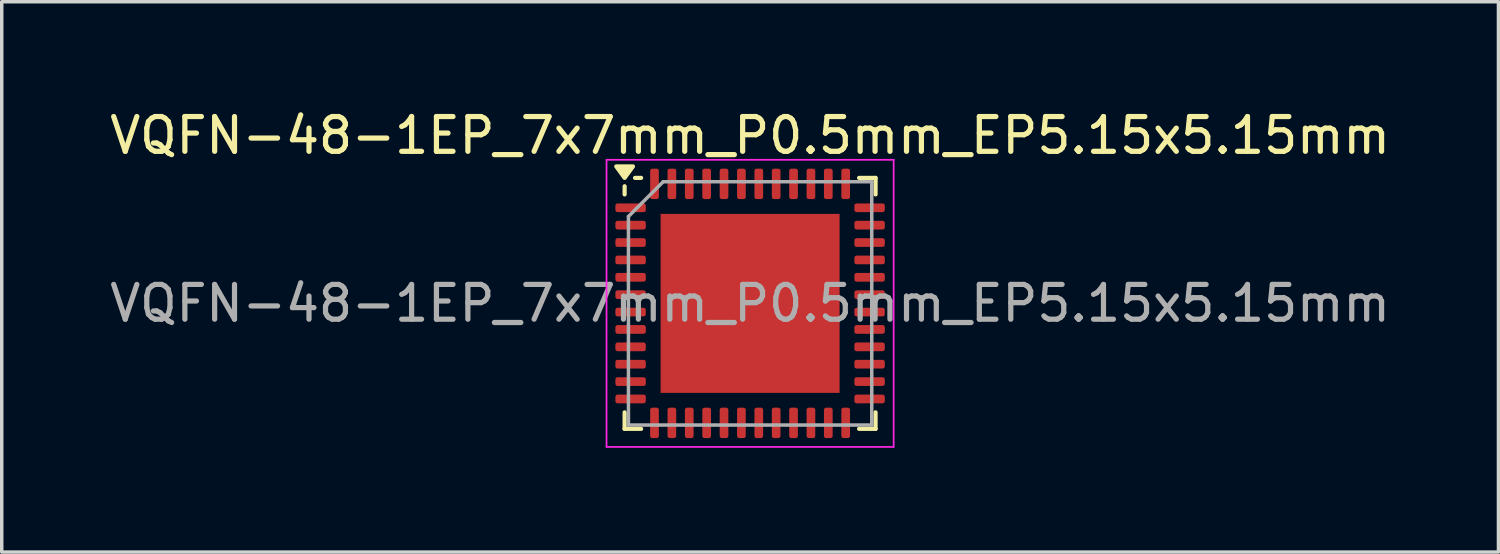
<source format=kicad_pcb>
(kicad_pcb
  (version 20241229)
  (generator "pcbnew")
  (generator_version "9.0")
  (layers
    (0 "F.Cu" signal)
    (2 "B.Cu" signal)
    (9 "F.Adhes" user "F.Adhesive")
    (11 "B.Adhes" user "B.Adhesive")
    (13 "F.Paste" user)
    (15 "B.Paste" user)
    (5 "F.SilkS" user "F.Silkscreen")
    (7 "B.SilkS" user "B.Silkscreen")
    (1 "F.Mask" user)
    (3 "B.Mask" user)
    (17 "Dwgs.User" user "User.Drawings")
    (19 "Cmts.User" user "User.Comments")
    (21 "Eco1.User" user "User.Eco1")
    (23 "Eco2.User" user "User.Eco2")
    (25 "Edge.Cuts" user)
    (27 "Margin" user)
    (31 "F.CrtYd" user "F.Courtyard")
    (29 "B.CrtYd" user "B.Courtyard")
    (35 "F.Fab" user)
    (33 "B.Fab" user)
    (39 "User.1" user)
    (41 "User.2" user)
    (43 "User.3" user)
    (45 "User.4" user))
  (footprint "VQFN-48-1EP_7x7mm_P0.5mm_EP5.15x5.15mm"
    (layer "F.Cu")
    (at 18.53 5.678)
    (property "Reference" "VQFN-48-1EP_7x7mm_P0.5mm_EP5.15x5.15mm" (at 0 -4.83 0) (layer "F.SilkS") (effects (font (size 1 1) (thickness 0.15))))
    (attr smd)
    (fp_line (start -3.61 -3.135) (end -3.61 -3.37) (stroke (width 0.12) (type solid)) (layer "F.SilkS"))
    (fp_line (start -3.61 3.61) (end -3.61 3.135) (stroke (width 0.12) (type solid)) (layer "F.SilkS"))
    (fp_line (start -3.135 -3.61) (end -3.31 -3.61) (stroke (width 0.12) (type solid)) (layer "F.SilkS"))
    (fp_line (start -3.135 3.61) (end -3.61 3.61) (stroke (width 0.12) (type solid)) (layer "F.SilkS"))
    (fp_line (start 3.135 -3.61) (end 3.61 -3.61) (stroke (width 0.12) (type solid)) (layer "F.SilkS"))
    (fp_line (start 3.135 3.61) (end 3.61 3.61) (stroke (width 0.12) (type solid)) (layer "F.SilkS"))
    (fp_line (start 3.61 -3.61) (end 3.61 -3.135) (stroke (width 0.12) (type solid)) (layer "F.SilkS"))
    (fp_line (start 3.61 3.61) (end 3.61 3.135) (stroke (width 0.12) (type solid)) (layer "F.SilkS"))
    (fp_poly (pts (xy -3.61 -3.61) (xy -3.85 -3.94) (xy -3.37 -3.94) (xy -3.61 -3.61)) (stroke (width 0.12) (type solid)) (fill yes) (layer "F.SilkS"))
    (fp_line (start -4.13 -4.13) (end -4.13 4.13) (stroke (width 0.05) (type solid)) (layer "F.CrtYd"))
    (fp_line (start -4.13 4.13) (end 4.13 4.13) (stroke (width 0.05) (type solid)) (layer "F.CrtYd"))
    (fp_line (start 4.13 -4.13) (end -4.13 -4.13) (stroke (width 0.05) (type solid)) (layer "F.CrtYd"))
    (fp_line (start 4.13 4.13) (end 4.13 -4.13) (stroke (width 0.05) (type solid)) (layer "F.CrtYd"))
    (fp_line (start -3.5 -2.5) (end -2.5 -3.5) (stroke (width 0.1) (type solid)) (layer "F.Fab"))
    (fp_line (start -3.5 3.5) (end -3.5 -2.5) (stroke (width 0.1) (type solid)) (layer "F.Fab"))
    (fp_line (start -2.5 -3.5) (end 3.5 -3.5) (stroke (width 0.1) (type solid)) (layer "F.Fab"))
    (fp_line (start 3.5 -3.5) (end 3.5 3.5) (stroke (width 0.1) (type solid)) (layer "F.Fab"))
    (fp_line (start 3.5 3.5) (end -3.5 3.5) (stroke (width 0.1) (type solid)) (layer "F.Fab"))
    (fp_text user "${REFERENCE}" (at 0 0 0) (layer "F.Fab") (effects (font (size 1 1) (thickness 0.15))))
    (pad "" smd roundrect (at -1.29 -1.29) (size 2.08 2.08) (layers "F.Paste") (roundrect_rratio 0.12))
    (pad "" smd roundrect (at -1.29 1.29) (size 2.08 2.08) (layers "F.Paste") (roundrect_rratio 0.12))
    (pad "" smd roundrect (at 1.29 -1.29) (size 2.08 2.08) (layers "F.Paste") (roundrect_rratio 0.12))
    (pad "" smd roundrect (at 1.29 1.29) (size 2.08 2.08) (layers "F.Paste") (roundrect_rratio 0.12))
    (pad "1" smd roundrect (at -3.438 -2.75) (size 0.875 0.25) (layers "F.Cu" "F.Mask" "F.Paste") (roundrect_rratio 0.25))
    (pad "2" smd roundrect (at -3.438 -2.25) (size 0.875 0.25) (layers "F.Cu" "F.Mask" "F.Paste") (roundrect_rratio 0.25))
    (pad "3" smd roundrect (at -3.438 -1.75) (size 0.875 0.25) (layers "F.Cu" "F.Mask" "F.Paste") (roundrect_rratio 0.25))
    (pad "4" smd roundrect (at -3.438 -1.25) (size 0.875 0.25) (layers "F.Cu" "F.Mask" "F.Paste") (roundrect_rratio 0.25))
    (pad "5" smd roundrect (at -3.438 -0.75) (size 0.875 0.25) (layers "F.Cu" "F.Mask" "F.Paste") (roundrect_rratio 0.25))
    (pad "6" smd roundrect (at -3.438 -0.25) (size 0.875 0.25) (layers "F.Cu" "F.Mask" "F.Paste") (roundrect_rratio 0.25))
    (pad "7" smd roundrect (at -3.438 0.25) (size 0.875 0.25) (layers "F.Cu" "F.Mask" "F.Paste") (roundrect_rratio 0.25))
    (pad "8" smd roundrect (at -3.438 0.75) (size 0.875 0.25) (layers "F.Cu" "F.Mask" "F.Paste") (roundrect_rratio 0.25))
    (pad "9" smd roundrect (at -3.438 1.25) (size 0.875 0.25) (layers "F.Cu" "F.Mask" "F.Paste") (roundrect_rratio 0.25))
    (pad "10" smd roundrect (at -3.438 1.75) (size 0.875 0.25) (layers "F.Cu" "F.Mask" "F.Paste") (roundrect_rratio 0.25))
    (pad "11" smd roundrect (at -3.438 2.25) (size 0.875 0.25) (layers "F.Cu" "F.Mask" "F.Paste") (roundrect_rratio 0.25))
    (pad "12" smd roundrect (at -3.438 2.75) (size 0.875 0.25) (layers "F.Cu" "F.Mask" "F.Paste") (roundrect_rratio 0.25))
    (pad "13" smd roundrect (at -2.75 3.438) (size 0.25 0.875) (layers "F.Cu" "F.Mask" "F.Paste") (roundrect_rratio 0.25))
    (pad "14" smd roundrect (at -2.25 3.438) (size 0.25 0.875) (layers "F.Cu" "F.Mask" "F.Paste") (roundrect_rratio 0.25))
    (pad "15" smd roundrect (at -1.75 3.438) (size 0.25 0.875) (layers "F.Cu" "F.Mask" "F.Paste") (roundrect_rratio 0.25))
    (pad "16" smd roundrect (at -1.25 3.438) (size 0.25 0.875) (layers "F.Cu" "F.Mask" "F.Paste") (roundrect_rratio 0.25))
    (pad "17" smd roundrect (at -0.75 3.438) (size 0.25 0.875) (layers "F.Cu" "F.Mask" "F.Paste") (roundrect_rratio 0.25))
    (pad "18" smd roundrect (at -0.25 3.438) (size 0.25 0.875) (layers "F.Cu" "F.Mask" "F.Paste") (roundrect_rratio 0.25))
    (pad "19" smd roundrect (at 0.25 3.438) (size 0.25 0.875) (layers "F.Cu" "F.Mask" "F.Paste") (roundrect_rratio 0.25))
    (pad "20" smd roundrect (at 0.75 3.438) (size 0.25 0.875) (layers "F.Cu" "F.Mask" "F.Paste") (roundrect_rratio 0.25))
    (pad "21" smd roundrect (at 1.25 3.438) (size 0.25 0.875) (layers "F.Cu" "F.Mask" "F.Paste") (roundrect_rratio 0.25))
    (pad "22" smd roundrect (at 1.75 3.438) (size 0.25 0.875) (layers "F.Cu" "F.Mask" "F.Paste") (roundrect_rratio 0.25))
    (pad "23" smd roundrect (at 2.25 3.438) (size 0.25 0.875) (layers "F.Cu" "F.Mask" "F.Paste") (roundrect_rratio 0.25))
    (pad "24" smd roundrect (at 2.75 3.438) (size 0.25 0.875) (layers "F.Cu" "F.Mask" "F.Paste") (roundrect_rratio 0.25))
    (pad "25" smd roundrect (at 3.438 2.75) (size 0.875 0.25) (layers "F.Cu" "F.Mask" "F.Paste") (roundrect_rratio 0.25))
    (pad "26" smd roundrect (at 3.438 2.25) (size 0.875 0.25) (layers "F.Cu" "F.Mask" "F.Paste") (roundrect_rratio 0.25))
    (pad "27" smd roundrect (at 3.438 1.75) (size 0.875 0.25) (layers "F.Cu" "F.Mask" "F.Paste") (roundrect_rratio 0.25))
    (pad "28" smd roundrect (at 3.438 1.25) (size 0.875 0.25) (layers "F.Cu" "F.Mask" "F.Paste") (roundrect_rratio 0.25))
    (pad "29" smd roundrect (at 3.438 0.75) (size 0.875 0.25) (layers "F.Cu" "F.Mask" "F.Paste") (roundrect_rratio 0.25))
    (pad "30" smd roundrect (at 3.438 0.25) (size 0.875 0.25) (layers "F.Cu" "F.Mask" "F.Paste") (roundrect_rratio 0.25))
    (pad "31" smd roundrect (at 3.438 -0.25) (size 0.875 0.25) (layers "F.Cu" "F.Mask" "F.Paste") (roundrect_rratio 0.25))
    (pad "32" smd roundrect (at 3.438 -0.75) (size 0.875 0.25) (layers "F.Cu" "F.Mask" "F.Paste") (roundrect_rratio 0.25))
    (pad "33" smd roundrect (at 3.438 -1.25) (size 0.875 0.25) (layers "F.Cu" "F.Mask" "F.Paste") (roundrect_rratio 0.25))
    (pad "34" smd roundrect (at 3.438 -1.75) (size 0.875 0.25) (layers "F.Cu" "F.Mask" "F.Paste") (roundrect_rratio 0.25))
    (pad "35" smd roundrect (at 3.438 -2.25) (size 0.875 0.25) (layers "F.Cu" "F.Mask" "F.Paste") (roundrect_rratio 0.25))
    (pad "36" smd roundrect (at 3.438 -2.75) (size 0.875 0.25) (layers "F.Cu" "F.Mask" "F.Paste") (roundrect_rratio 0.25))
    (pad "37" smd roundrect (at 2.75 -3.438) (size 0.25 0.875) (layers "F.Cu" "F.Mask" "F.Paste") (roundrect_rratio 0.25))
    (pad "38" smd roundrect (at 2.25 -3.438) (size 0.25 0.875) (layers "F.Cu" "F.Mask" "F.Paste") (roundrect_rratio 0.25))
    (pad "39" smd roundrect (at 1.75 -3.438) (size 0.25 0.875) (layers "F.Cu" "F.Mask" "F.Paste") (roundrect_rratio 0.25))
    (pad "40" smd roundrect (at 1.25 -3.438) (size 0.25 0.875) (layers "F.Cu" "F.Mask" "F.Paste") (roundrect_rratio 0.25))
    (pad "41" smd roundrect (at 0.75 -3.438) (size 0.25 0.875) (layers "F.Cu" "F.Mask" "F.Paste") (roundrect_rratio 0.25))
    (pad "42" smd roundrect (at 0.25 -3.438) (size 0.25 0.875) (layers "F.Cu" "F.Mask" "F.Paste") (roundrect_rratio 0.25))
    (pad "43" smd roundrect (at -0.25 -3.438) (size 0.25 0.875) (layers "F.Cu" "F.Mask" "F.Paste") (roundrect_rratio 0.25))
    (pad "44" smd roundrect (at -0.75 -3.438) (size 0.25 0.875) (layers "F.Cu" "F.Mask" "F.Paste") (roundrect_rratio 0.25))
    (pad "45" smd roundrect (at -1.25 -3.438) (size 0.25 0.875) (layers "F.Cu" "F.Mask" "F.Paste") (roundrect_rratio 0.25))
    (pad "46" smd roundrect (at -1.75 -3.438) (size 0.25 0.875) (layers "F.Cu" "F.Mask" "F.Paste") (roundrect_rratio 0.25))
    (pad "47" smd roundrect (at -2.25 -3.438) (size 0.25 0.875) (layers "F.Cu" "F.Mask" "F.Paste") (roundrect_rratio 0.25))
    (pad "48" smd roundrect (at -2.75 -3.438) (size 0.25 0.875) (layers "F.Cu" "F.Mask" "F.Paste") (roundrect_rratio 0.25))
    (pad "49" smd rect (at 0 0) (size 5.15 5.15) (property pad_prop_heatsink) (layers "F.Cu" "F.Mask")))
  (gr_rect
    (start -3 -3)
    (end 40.06 12.833)
    (stroke (width 0.1) (type default))
    (fill no)
    (layer "Edge.Cuts")))
</source>
